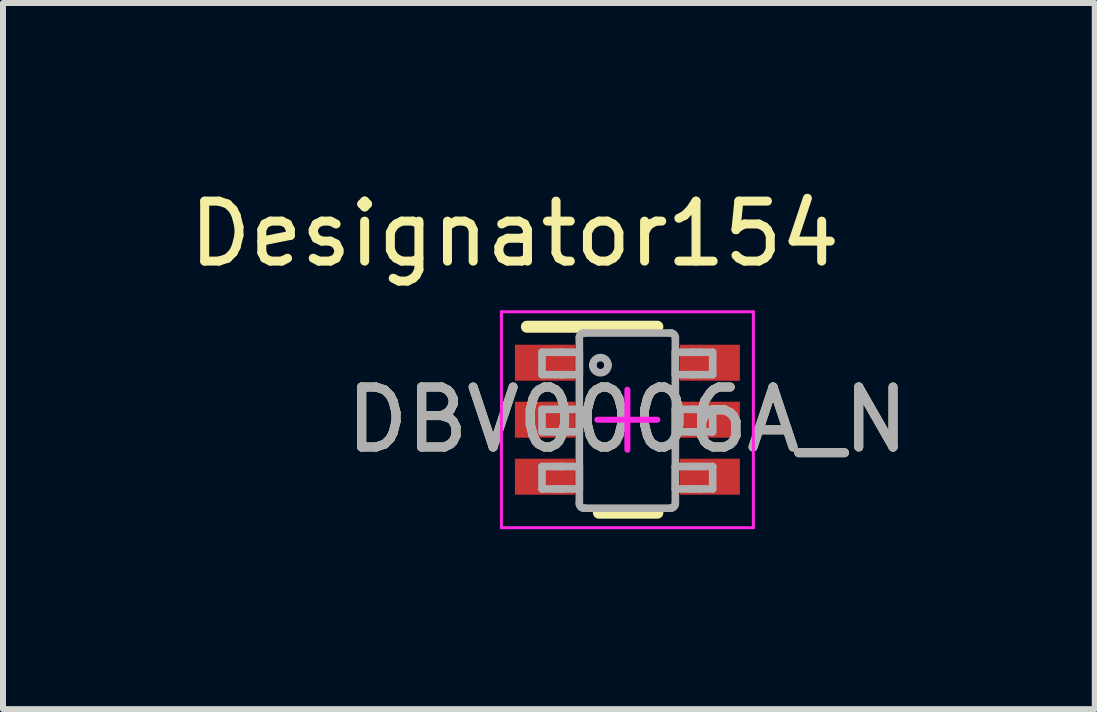
<source format=kicad_pcb>
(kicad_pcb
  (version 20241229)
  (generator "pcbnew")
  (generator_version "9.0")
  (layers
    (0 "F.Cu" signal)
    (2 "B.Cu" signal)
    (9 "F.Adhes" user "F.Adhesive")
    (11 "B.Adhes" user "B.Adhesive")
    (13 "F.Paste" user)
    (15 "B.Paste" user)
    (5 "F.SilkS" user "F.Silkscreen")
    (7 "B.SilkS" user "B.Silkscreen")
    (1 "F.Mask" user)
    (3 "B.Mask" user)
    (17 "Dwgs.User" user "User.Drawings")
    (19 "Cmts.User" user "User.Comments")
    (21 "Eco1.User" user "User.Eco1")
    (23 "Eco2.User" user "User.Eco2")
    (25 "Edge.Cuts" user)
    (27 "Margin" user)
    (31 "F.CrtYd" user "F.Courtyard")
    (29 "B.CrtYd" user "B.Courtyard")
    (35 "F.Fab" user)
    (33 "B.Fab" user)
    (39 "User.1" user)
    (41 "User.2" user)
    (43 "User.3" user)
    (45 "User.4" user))
  (footprint "DBV0006A_N"
    (layer "F.Cu")
    (at 7.409 3.947)
    (property "Reference" "DBV0006A_N" (at 0 0 0) (unlocked yes) (layer "F.SilkS") (effects (font (size 1 1) (thickness 0.15))))
    (attr smd)
    (fp_line (start -1.675 -1.55) (end 0.5 -1.55) (stroke (width 0.2) (type solid)) (layer "F.SilkS"))
    (fp_line (start -0.475 1.55) (end 0.5 1.55) (stroke (width 0.2) (type solid)) (layer "F.SilkS"))
    (fp_line (start -2.1 -1.8) (end 2.1 -1.8) (stroke (width 0.05) (type solid)) (layer "F.CrtYd"))
    (fp_line (start -2.1 1.8) (end -2.1 -1.8) (stroke (width 0.05) (type solid)) (layer "F.CrtYd"))
    (fp_line (start -2.1 1.8) (end 2.1 1.8) (stroke (width 0.05) (type solid)) (layer "F.CrtYd"))
    (fp_line (start -0.5 0) (end 0.5 0) (stroke (width 0.1) (type solid)) (layer "F.CrtYd"))
    (fp_line (start 0 0.5) (end 0 -0.5) (stroke (width 0.1) (type solid)) (layer "F.CrtYd"))
    (fp_line (start 2.1 1.8) (end 2.1 -1.8) (stroke (width 0.05) (type solid)) (layer "F.CrtYd"))
    (fp_line (start -1.423 -1.125) (end -1.206 -1.125) (stroke (width 0.127) (type solid)) (layer "F.Fab"))
    (fp_line (start -1.423 -0.751) (end -1.423 -1.125) (stroke (width 0.127) (type solid)) (layer "F.Fab"))
    (fp_line (start -1.423 -0.751) (end -1.206 -0.751) (stroke (width 0.127) (type solid)) (layer "F.Fab"))
    (fp_line (start -1.423 -0.173) (end -1.206 -0.173) (stroke (width 0.127) (type solid)) (layer "F.Fab"))
    (fp_line (start -1.423 0.202) (end -1.423 -0.173) (stroke (width 0.127) (type solid)) (layer "F.Fab"))
    (fp_line (start -1.423 0.202) (end -1.206 0.202) (stroke (width 0.127) (type solid)) (layer "F.Fab"))
    (fp_line (start -1.423 0.78) (end -1.206 0.78) (stroke (width 0.127) (type solid)) (layer "F.Fab"))
    (fp_line (start -1.423 1.154) (end -1.423 0.78) (stroke (width 0.127) (type solid)) (layer "F.Fab"))
    (fp_line (start -1.423 1.154) (end -1.206 1.154) (stroke (width 0.127) (type solid)) (layer "F.Fab"))
    (fp_line (start -1.206 -1.125) (end -1.113 -1.125) (stroke (width 0.127) (type solid)) (layer "F.Fab"))
    (fp_line (start -1.206 -0.751) (end -1.113 -0.751) (stroke (width 0.127) (type solid)) (layer "F.Fab"))
    (fp_line (start -1.206 -0.173) (end -1.113 -0.173) (stroke (width 0.127) (type solid)) (layer "F.Fab"))
    (fp_line (start -1.206 0.202) (end -1.113 0.202) (stroke (width 0.127) (type solid)) (layer "F.Fab"))
    (fp_line (start -1.206 0.78) (end -1.113 0.78) (stroke (width 0.127) (type solid)) (layer "F.Fab"))
    (fp_line (start -1.206 1.154) (end -1.113 1.154) (stroke (width 0.127) (type solid)) (layer "F.Fab"))
    (fp_line (start -1.113 -1.125) (end -1.081 -1.125) (stroke (width 0.127) (type solid)) (layer "F.Fab"))
    (fp_line (start -1.113 -0.751) (end -1.081 -0.751) (stroke (width 0.127) (type solid)) (layer "F.Fab"))
    (fp_line (start -1.113 -0.173) (end -1.081 -0.173) (stroke (width 0.127) (type solid)) (layer "F.Fab"))
    (fp_line (start -1.113 0.202) (end -1.081 0.202) (stroke (width 0.127) (type solid)) (layer "F.Fab"))
    (fp_line (start -1.113 0.78) (end -1.081 0.78) (stroke (width 0.127) (type solid)) (layer "F.Fab"))
    (fp_line (start -1.113 1.154) (end -1.081 1.154) (stroke (width 0.127) (type solid)) (layer "F.Fab"))
    (fp_line (start -1.081 -1.125) (end -0.828 -1.125) (stroke (width 0.127) (type solid)) (layer "F.Fab"))
    (fp_line (start -1.081 -0.751) (end -0.828 -0.751) (stroke (width 0.127) (type solid)) (layer "F.Fab"))
    (fp_line (start -1.081 -0.173) (end -0.828 -0.173) (stroke (width 0.127) (type solid)) (layer "F.Fab"))
    (fp_line (start -1.081 0.202) (end -0.828 0.202) (stroke (width 0.127) (type solid)) (layer "F.Fab"))
    (fp_line (start -1.081 0.78) (end -0.828 0.78) (stroke (width 0.127) (type solid)) (layer "F.Fab"))
    (fp_line (start -1.081 1.154) (end -0.828 1.154) (stroke (width 0.127) (type solid)) (layer "F.Fab"))
    (fp_line (start -0.828 -1.125) (end -0.801 -1.125) (stroke (width 0.127) (type solid)) (layer "F.Fab"))
    (fp_line (start -0.828 -0.751) (end -0.801 -0.751) (stroke (width 0.127) (type solid)) (layer "F.Fab"))
    (fp_line (start -0.828 -0.173) (end -0.801 -0.173) (stroke (width 0.127) (type solid)) (layer "F.Fab"))
    (fp_line (start -0.828 0.202) (end -0.801 0.202) (stroke (width 0.127) (type solid)) (layer "F.Fab"))
    (fp_line (start -0.828 0.78) (end -0.801 0.78) (stroke (width 0.127) (type solid)) (layer "F.Fab"))
    (fp_line (start -0.828 1.154) (end -0.801 1.154) (stroke (width 0.127) (type solid)) (layer "F.Fab"))
    (fp_line (start -0.801 -0.751) (end -0.801 -1.125) (stroke (width 0.127) (type solid)) (layer "F.Fab"))
    (fp_line (start -0.801 0.202) (end -0.801 -0.173) (stroke (width 0.127) (type solid)) (layer "F.Fab"))
    (fp_line (start -0.801 1.154) (end -0.801 0.78) (stroke (width 0.127) (type solid)) (layer "F.Fab"))
    (fp_line (start -0.801 1.399) (end -0.801 -1.37) (stroke (width 0.127) (type solid)) (layer "F.Fab"))
    (fp_line (start -0.725 -1.446) (end -0.724 -1.446) (stroke (width 0.127) (type solid)) (layer "F.Fab"))
    (fp_line (start -0.725 1.475) (end -0.724 1.475) (stroke (width 0.127) (type solid)) (layer "F.Fab"))
    (fp_line (start -0.724 -1.446) (end 0.723 -1.446) (stroke (width 0.127) (type solid)) (layer "F.Fab"))
    (fp_line (start -0.724 1.475) (end 0.723 1.475) (stroke (width 0.127) (type solid)) (layer "F.Fab"))
    (fp_line (start 0.723 -1.446) (end 0.724 -1.446) (stroke (width 0.127) (type solid)) (layer "F.Fab"))
    (fp_line (start 0.723 1.475) (end 0.724 1.475) (stroke (width 0.127) (type solid)) (layer "F.Fab"))
    (fp_line (start 0.8 -1.125) (end 0.827 -1.125) (stroke (width 0.127) (type solid)) (layer "F.Fab"))
    (fp_line (start 0.8 -0.751) (end 0.8 -1.125) (stroke (width 0.127) (type solid)) (layer "F.Fab"))
    (fp_line (start 0.8 -0.751) (end 0.827 -0.751) (stroke (width 0.127) (type solid)) (layer "F.Fab"))
    (fp_line (start 0.8 -0.173) (end 0.827 -0.173) (stroke (width 0.127) (type solid)) (layer "F.Fab"))
    (fp_line (start 0.8 0.202) (end 0.8 -0.173) (stroke (width 0.127) (type solid)) (layer "F.Fab"))
    (fp_line (start 0.8 0.202) (end 0.827 0.202) (stroke (width 0.127) (type solid)) (layer "F.Fab"))
    (fp_line (start 0.8 0.78) (end 0.827 0.78) (stroke (width 0.127) (type solid)) (layer "F.Fab"))
    (fp_line (start 0.8 1.154) (end 0.8 0.78) (stroke (width 0.127) (type solid)) (layer "F.Fab"))
    (fp_line (start 0.8 1.154) (end 0.827 1.154) (stroke (width 0.127) (type solid)) (layer "F.Fab"))
    (fp_line (start 0.8 1.399) (end 0.8 -1.37) (stroke (width 0.127) (type solid)) (layer "F.Fab"))
    (fp_line (start 0.827 -1.125) (end 1.08 -1.125) (stroke (width 0.127) (type solid)) (layer "F.Fab"))
    (fp_line (start 0.827 -0.751) (end 1.08 -0.751) (stroke (width 0.127) (type solid)) (layer "F.Fab"))
    (fp_line (start 0.827 -0.173) (end 1.08 -0.173) (stroke (width 0.127) (type solid)) (layer "F.Fab"))
    (fp_line (start 0.827 0.202) (end 1.08 0.202) (stroke (width 0.127) (type solid)) (layer "F.Fab"))
    (fp_line (start 0.827 0.78) (end 1.08 0.78) (stroke (width 0.127) (type solid)) (layer "F.Fab"))
    (fp_line (start 0.827 1.154) (end 1.08 1.154) (stroke (width 0.127) (type solid)) (layer "F.Fab"))
    (fp_line (start 1.08 -1.125) (end 1.112 -1.125) (stroke (width 0.127) (type solid)) (layer "F.Fab"))
    (fp_line (start 1.08 -0.751) (end 1.112 -0.751) (stroke (width 0.127) (type solid)) (layer "F.Fab"))
    (fp_line (start 1.08 -0.173) (end 1.112 -0.173) (stroke (width 0.127) (type solid)) (layer "F.Fab"))
    (fp_line (start 1.08 0.202) (end 1.112 0.202) (stroke (width 0.127) (type solid)) (layer "F.Fab"))
    (fp_line (start 1.08 0.78) (end 1.112 0.78) (stroke (width 0.127) (type solid)) (layer "F.Fab"))
    (fp_line (start 1.08 1.154) (end 1.112 1.154) (stroke (width 0.127) (type solid)) (layer "F.Fab"))
    (fp_line (start 1.112 -1.125) (end 1.205 -1.125) (stroke (width 0.127) (type solid)) (layer "F.Fab"))
    (fp_line (start 1.112 -0.751) (end 1.205 -0.751) (stroke (width 0.127) (type solid)) (layer "F.Fab"))
    (fp_line (start 1.112 -0.173) (end 1.205 -0.173) (stroke (width 0.127) (type solid)) (layer "F.Fab"))
    (fp_line (start 1.112 0.202) (end 1.205 0.202) (stroke (width 0.127) (type solid)) (layer "F.Fab"))
    (fp_line (start 1.112 0.78) (end 1.205 0.78) (stroke (width 0.127) (type solid)) (layer "F.Fab"))
    (fp_line (start 1.112 1.154) (end 1.205 1.154) (stroke (width 0.127) (type solid)) (layer "F.Fab"))
    (fp_line (start 1.205 -1.125) (end 1.422 -1.125) (stroke (width 0.127) (type solid)) (layer "F.Fab"))
    (fp_line (start 1.205 -0.751) (end 1.422 -0.751) (stroke (width 0.127) (type solid)) (layer "F.Fab"))
    (fp_line (start 1.205 -0.173) (end 1.422 -0.173) (stroke (width 0.127) (type solid)) (layer "F.Fab"))
    (fp_line (start 1.205 0.202) (end 1.422 0.202) (stroke (width 0.127) (type solid)) (layer "F.Fab"))
    (fp_line (start 1.205 0.78) (end 1.422 0.78) (stroke (width 0.127) (type solid)) (layer "F.Fab"))
    (fp_line (start 1.205 1.154) (end 1.422 1.154) (stroke (width 0.127) (type solid)) (layer "F.Fab"))
    (fp_line (start 1.422 -0.751) (end 1.422 -1.125) (stroke (width 0.127) (type solid)) (layer "F.Fab"))
    (fp_line (start 1.422 0.202) (end 1.422 -0.173) (stroke (width 0.127) (type solid)) (layer "F.Fab"))
    (fp_line (start 1.422 1.154) (end 1.422 0.78) (stroke (width 0.127) (type solid)) (layer "F.Fab"))
    (fp_arc (start -0.800692 -1.369901) (mid -0.778512 -1.423533) (end -0.724999 -1.446) (stroke (width 0.127) (type solid)) (layer "F.Fab"))
    (fp_arc (start -0.724999 1.475002) (mid -0.778507 1.452548) (end -0.800692 1.398928) (stroke (width 0.127) (type solid)) (layer "F.Fab"))
    (fp_arc (start -0.576537 -0.906071) (mid -0.449562 -1.033046) (end -0.322588 -0.906071) (stroke (width 0.127) (type solid)) (layer "F.Fab"))
    (fp_arc (start -0.322588 -0.906071) (mid -0.449562 -0.779097) (end -0.576537 -0.906071) (stroke (width 0.127) (type solid)) (layer "F.Fab"))
    (fp_arc (start 0.723841 -1.446) (mid 0.777341 -1.423528) (end 0.799508 -1.369901) (stroke (width 0.127) (type solid)) (layer "F.Fab"))
    (fp_arc (start 0.799508 1.398928) (mid 0.777336 1.452543) (end 0.723841 1.475002) (stroke (width 0.127) (type solid)) (layer "F.Fab"))
    (fp_text user "Designator154" (at -1.88 -3.099 0) (unlocked yes) (layer "F.SilkS") (effects (font (size 1 1) (thickness 0.15))))
    (fp_text user "${REFERENCE}" (at 0 0 0) (unlocked yes) (layer "F.Fab") (effects (font (size 1 1) (thickness 0.15))))
    (pad "1" smd rect (at -1.375 -0.95 90) (size 0.6 1) (layers "F.Cu" "F.Mask" "F.Paste"))
    (pad "2" smd rect (at -1.375 0 90) (size 0.6 1) (layers "F.Cu" "F.Mask" "F.Paste"))
    (pad "3" smd rect (at -1.375 0.95 90) (size 0.6 1) (layers "F.Cu" "F.Mask" "F.Paste"))
    (pad "4" smd rect (at 1.375 0.95 90) (size 0.6 1) (layers "F.Cu" "F.Mask" "F.Paste"))
    (pad "5" smd rect (at 1.375 0 90) (size 0.6 1) (layers "F.Cu" "F.Mask" "F.Paste"))
    (pad "6" smd rect (at 1.375 -0.95 90) (size 0.6 1) (layers "F.Cu" "F.Mask" "F.Paste")))
  (gr_rect
    (start -3 -3)
    (end 15.201 8.772)
    (stroke (width 0.1) (type default))
    (fill no)
    (layer "Edge.Cuts")))
</source>
